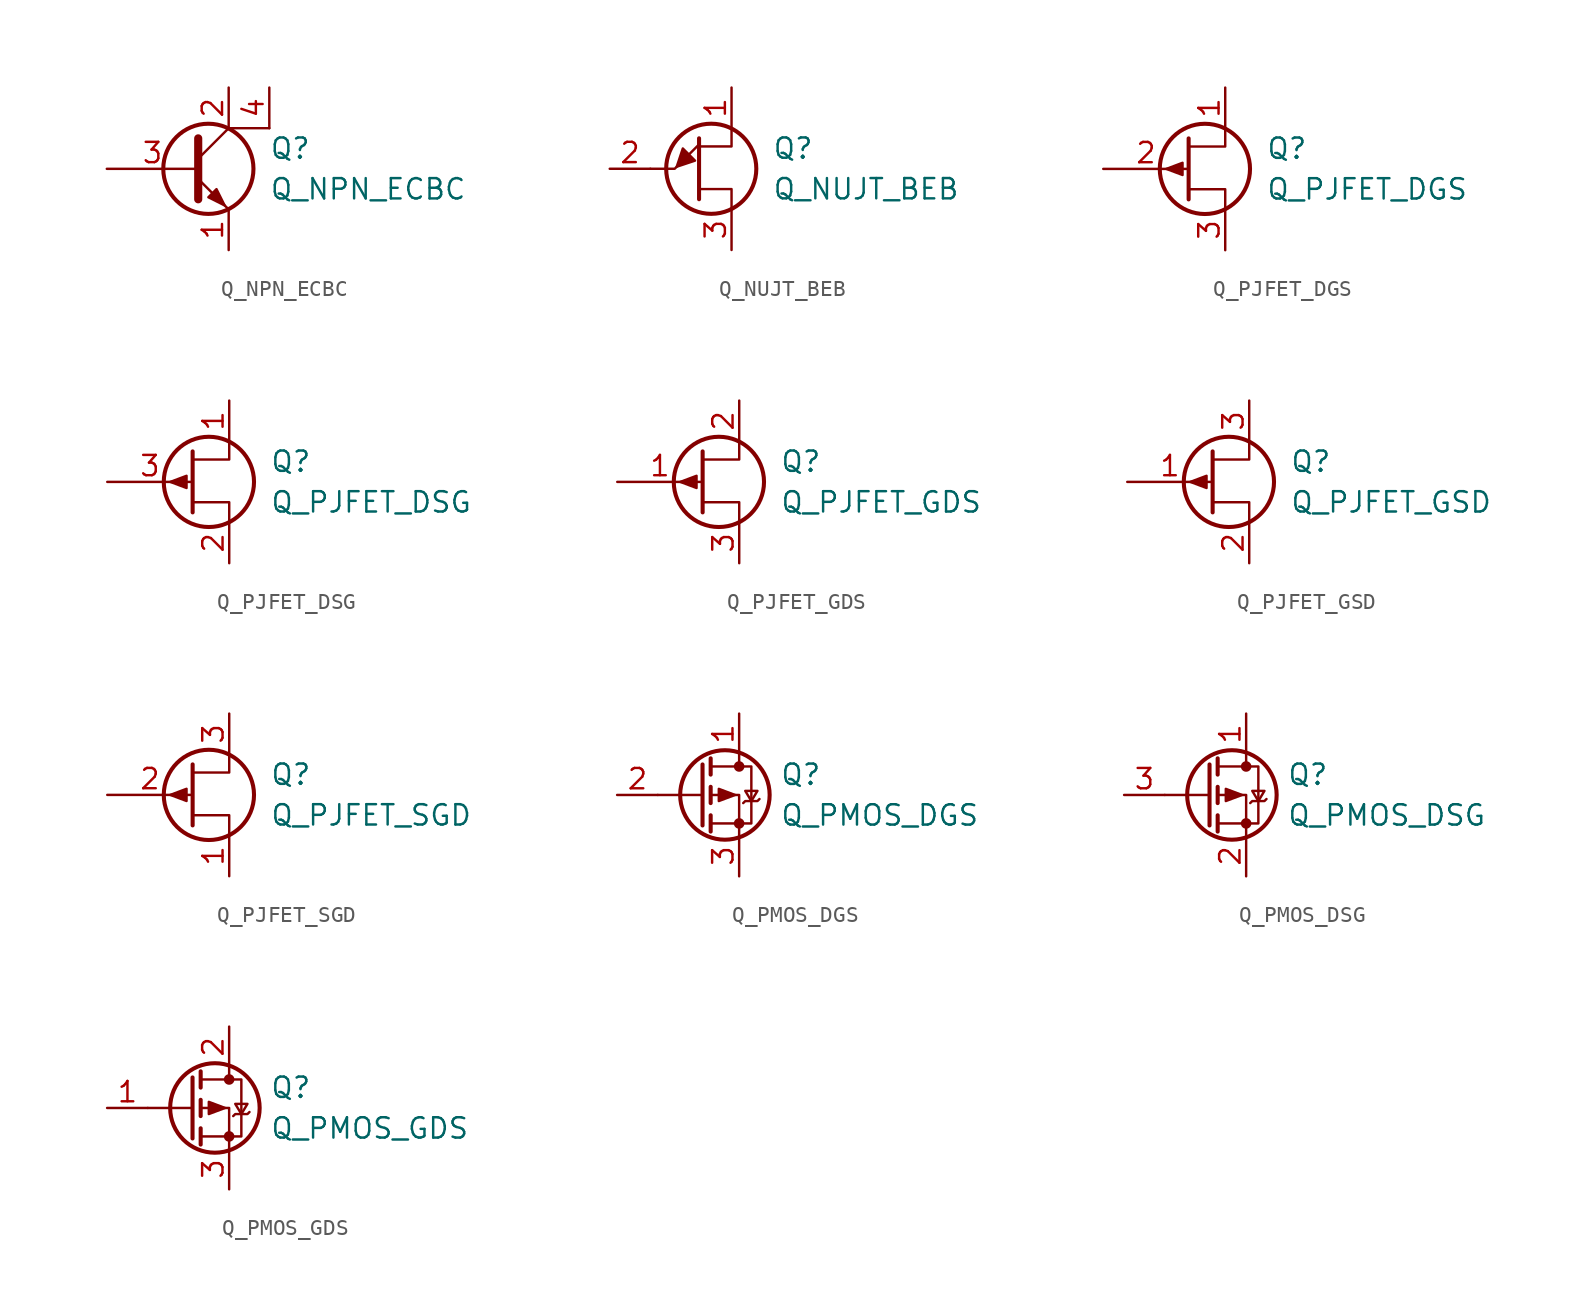
<source format=kicad_sym>
(kicad_symbol_lib
  (version 20241209)
  (generator "kicad_symbol_editor")
  (generator_version "9.0")
  (symbol "Q_NPN_ECBC"
    (pin_names
      (offset 0)
      (hide yes))
    (property "Reference" "Q"
      (at 5.08 1.27 0)
      (effects (font (size 1.27 1.27)) (justify left)))
    (property "Value" "Q_NPN_ECBC"
      (at 5.08 -1.27 0)
      (effects (font (size 1.27 1.27)) (justify left)))
    (symbol "Q_NPN_ECBC_0_1"
      (polyline (pts (xy 0.635 1.905) (xy 0.635 -1.905) (xy 0.635 -1.905)) (stroke (width 0.508) (type solid)) (fill (type none)))
      (polyline (pts (xy 0.635 0.635) (xy 2.54 2.54)) (stroke (width 0) (type solid)) (fill (type none)))
      (polyline (pts (xy 0.635 -0.635) (xy 2.54 -2.54) (xy 2.54 -2.54)) (stroke (width 0) (type solid)) (fill (type none)))
      (circle (center 1.27 0) (radius 2.819) (stroke (width 0.254) (type solid)) (fill (type none)))
      (polyline (pts (xy 1.27 -1.778) (xy 1.778 -1.27) (xy 2.286 -2.286) (xy 1.27 -1.778) (xy 1.27 -1.778)) (stroke (width 0) (type solid)) (fill (type outline)))
      (polyline (pts (xy 2.54 2.54) (xy 5.08 2.54)) (stroke (width 0) (type solid)) (fill (type none))))
    (symbol "Q_NPN_ECBC_1_1"
      (pin passive line (at -5.08 0 0) (length 5.715) (name "B" (effects (font (size 1.27 1.27)))) (number "3" (effects (font (size 1.27 1.27)))))
      (pin passive line (at 2.54 5.08 270) (length 2.54) (name "C" (effects (font (size 1.27 1.27)))) (number "2" (effects (font (size 1.27 1.27)))))
      (pin passive line (at 2.54 -5.08 90) (length 2.54) (name "E" (effects (font (size 1.27 1.27)))) (number "1" (effects (font (size 1.27 1.27)))))
      (pin passive line (at 5.08 5.08 270) (length 2.54) (name "C" (effects (font (size 1.27 1.27)))) (number "4" (effects (font (size 1.27 1.27)))))))
  (symbol "Q_NUJT_BEB"
    (pin_names
      (offset 0)
      (hide yes))
    (property "Reference" "Q"
      (at 5.08 1.27 0)
      (effects (font (size 1.27 1.27)) (justify left)))
    (property "Value" "Q_NUJT_BEB"
      (at 5.08 -1.27 0)
      (effects (font (size 1.27 1.27)) (justify left)))
    (symbol "Q_NUJT_BEB_0_1"
      (polyline (pts (xy -2.54 0) (xy -1.016 0) (xy 0.508 1.524)) (stroke (width 0) (type solid)) (fill (type none)))
      (polyline (pts (xy -0.889 0.127) (xy -0.508 1.27) (xy 0.254 0.508) (xy -0.889 0.127)) (stroke (width 0) (type solid)) (fill (type outline)))
      (polyline (pts (xy 0.508 1.905) (xy 0.508 -1.905) (xy 0.508 -1.905)) (stroke (width 0.254) (type solid)) (fill (type none)))
      (circle (center 1.27 0) (radius 2.819) (stroke (width 0.254) (type solid)) (fill (type none)))
      (polyline (pts (xy 2.54 2.54) (xy 2.54 1.397) (xy 0.508 1.397)) (stroke (width 0) (type solid)) (fill (type none)))
      (polyline (pts (xy 2.54 -2.54) (xy 2.54 -1.27) (xy 0.508 -1.27)) (stroke (width 0) (type solid)) (fill (type none))))
    (symbol "Q_NUJT_BEB_1_1"
      (pin input line (at -5.08 0 0) (length 2.54) (name "E" (effects (font (size 1.27 1.27)))) (number "2" (effects (font (size 1.27 1.27)))))
      (pin passive line (at 2.54 5.08 270) (length 2.54) (name "B2" (effects (font (size 1.27 1.27)))) (number "1" (effects (font (size 1.27 1.27)))))
      (pin passive line (at 2.54 -5.08 90) (length 2.54) (name "B1" (effects (font (size 1.27 1.27)))) (number "3" (effects (font (size 1.27 1.27)))))))
  (symbol "Q_PJFET_DGS"
    (pin_names
      (offset 0)
      (hide yes))
    (property "Reference" "Q"
      (at 5.08 1.27 0)
      (effects (font (size 1.27 1.27)) (justify left)))
    (property "Value" "Q_PJFET_DGS"
      (at 5.08 -1.27 0)
      (effects (font (size 1.27 1.27)) (justify left)))
    (symbol "Q_PJFET_DGS_0_1"
      (polyline (pts (xy -1.143 0) (xy -0.127 0.381) (xy -0.127 -0.381) (xy -1.143 0)) (stroke (width 0) (type solid)) (fill (type outline)))
      (polyline (pts (xy 0.254 1.905) (xy 0.254 -1.905) (xy 0.254 -1.905)) (stroke (width 0.254) (type solid)) (fill (type none)))
      (circle (center 1.27 0) (radius 2.819) (stroke (width 0.254) (type solid)) (fill (type none)))
      (polyline (pts (xy 2.54 2.54) (xy 2.54 1.397) (xy 0.254 1.397)) (stroke (width 0) (type solid)) (fill (type none)))
      (polyline (pts (xy 2.54 -2.54) (xy 2.54 -1.27) (xy 0.254 -1.27)) (stroke (width 0) (type solid)) (fill (type none))))
    (symbol "Q_PJFET_DGS_1_1"
      (pin input line (at -5.08 0 0) (length 5.334) (name "G" (effects (font (size 1.27 1.27)))) (number "2" (effects (font (size 1.27 1.27)))))
      (pin passive line (at 2.54 5.08 270) (length 2.54) (name "D" (effects (font (size 1.27 1.27)))) (number "1" (effects (font (size 1.27 1.27)))))
      (pin passive line (at 2.54 -5.08 90) (length 2.54) (name "S" (effects (font (size 1.27 1.27)))) (number "3" (effects (font (size 1.27 1.27)))))))
  (symbol "Q_PJFET_DSG"
    (pin_names
      (offset 0)
      (hide yes))
    (property "Reference" "Q"
      (at 5.08 1.27 0)
      (effects (font (size 1.27 1.27)) (justify left)))
    (property "Value" "Q_PJFET_DSG"
      (at 5.08 -1.27 0)
      (effects (font (size 1.27 1.27)) (justify left)))
    (symbol "Q_PJFET_DSG_0_1"
      (polyline (pts (xy -1.143 0) (xy -0.127 0.381) (xy -0.127 -0.381) (xy -1.143 0)) (stroke (width 0) (type solid)) (fill (type outline)))
      (polyline (pts (xy 0.254 1.905) (xy 0.254 -1.905) (xy 0.254 -1.905)) (stroke (width 0.254) (type solid)) (fill (type none)))
      (circle (center 1.27 0) (radius 2.819) (stroke (width 0.254) (type solid)) (fill (type none)))
      (polyline (pts (xy 2.54 2.54) (xy 2.54 1.397) (xy 0.254 1.397)) (stroke (width 0) (type solid)) (fill (type none)))
      (polyline (pts (xy 2.54 -2.54) (xy 2.54 -1.27) (xy 0.254 -1.27)) (stroke (width 0) (type solid)) (fill (type none))))
    (symbol "Q_PJFET_DSG_1_1"
      (pin input line (at -5.08 0 0) (length 5.334) (name "G" (effects (font (size 1.27 1.27)))) (number "3" (effects (font (size 1.27 1.27)))))
      (pin passive line (at 2.54 5.08 270) (length 2.54) (name "D" (effects (font (size 1.27 1.27)))) (number "1" (effects (font (size 1.27 1.27)))))
      (pin passive line (at 2.54 -5.08 90) (length 2.54) (name "S" (effects (font (size 1.27 1.27)))) (number "2" (effects (font (size 1.27 1.27)))))))
  (symbol "Q_PJFET_GDS"
    (pin_names
      (offset 0)
      (hide yes))
    (property "Reference" "Q"
      (at 5.08 1.27 0)
      (effects (font (size 1.27 1.27)) (justify left)))
    (property "Value" "Q_PJFET_GDS"
      (at 5.08 -1.27 0)
      (effects (font (size 1.27 1.27)) (justify left)))
    (symbol "Q_PJFET_GDS_0_1"
      (polyline (pts (xy -1.143 0) (xy -0.127 0.381) (xy -0.127 -0.381) (xy -1.143 0)) (stroke (width 0) (type solid)) (fill (type outline)))
      (polyline (pts (xy 0.254 1.905) (xy 0.254 -1.905) (xy 0.254 -1.905)) (stroke (width 0.254) (type solid)) (fill (type none)))
      (circle (center 1.27 0) (radius 2.819) (stroke (width 0.254) (type solid)) (fill (type none)))
      (polyline (pts (xy 2.54 2.54) (xy 2.54 1.397) (xy 0.254 1.397)) (stroke (width 0) (type solid)) (fill (type none)))
      (polyline (pts (xy 2.54 -2.54) (xy 2.54 -1.27) (xy 0.254 -1.27)) (stroke (width 0) (type solid)) (fill (type none))))
    (symbol "Q_PJFET_GDS_1_1"
      (pin input line (at -5.08 0 0) (length 5.334) (name "G" (effects (font (size 1.27 1.27)))) (number "1" (effects (font (size 1.27 1.27)))))
      (pin passive line (at 2.54 5.08 270) (length 2.54) (name "D" (effects (font (size 1.27 1.27)))) (number "2" (effects (font (size 1.27 1.27)))))
      (pin passive line (at 2.54 -5.08 90) (length 2.54) (name "S" (effects (font (size 1.27 1.27)))) (number "3" (effects (font (size 1.27 1.27)))))))
  (symbol "Q_PJFET_GSD"
    (pin_names
      (offset 0)
      (hide yes))
    (property "Reference" "Q"
      (at 5.08 1.27 0)
      (effects (font (size 1.27 1.27)) (justify left)))
    (property "Value" "Q_PJFET_GSD"
      (at 5.08 -1.27 0)
      (effects (font (size 1.27 1.27)) (justify left)))
    (symbol "Q_PJFET_GSD_0_1"
      (polyline (pts (xy -1.143 0) (xy -0.127 0.381) (xy -0.127 -0.381) (xy -1.143 0)) (stroke (width 0) (type solid)) (fill (type outline)))
      (polyline (pts (xy 0.254 1.905) (xy 0.254 -1.905) (xy 0.254 -1.905)) (stroke (width 0.254) (type solid)) (fill (type none)))
      (circle (center 1.27 0) (radius 2.819) (stroke (width 0.254) (type solid)) (fill (type none)))
      (polyline (pts (xy 2.54 2.54) (xy 2.54 1.397) (xy 0.254 1.397)) (stroke (width 0) (type solid)) (fill (type none)))
      (polyline (pts (xy 2.54 -2.54) (xy 2.54 -1.27) (xy 0.254 -1.27)) (stroke (width 0) (type solid)) (fill (type none))))
    (symbol "Q_PJFET_GSD_1_1"
      (pin input line (at -5.08 0 0) (length 5.334) (name "G" (effects (font (size 1.27 1.27)))) (number "1" (effects (font (size 1.27 1.27)))))
      (pin passive line (at 2.54 5.08 270) (length 2.54) (name "D" (effects (font (size 1.27 1.27)))) (number "3" (effects (font (size 1.27 1.27)))))
      (pin passive line (at 2.54 -5.08 90) (length 2.54) (name "S" (effects (font (size 1.27 1.27)))) (number "2" (effects (font (size 1.27 1.27)))))))
  (symbol "Q_PJFET_SGD"
    (pin_names
      (offset 0)
      (hide yes))
    (property "Reference" "Q"
      (at 5.08 1.27 0)
      (effects (font (size 1.27 1.27)) (justify left)))
    (property "Value" "Q_PJFET_SGD"
      (at 5.08 -1.27 0)
      (effects (font (size 1.27 1.27)) (justify left)))
    (symbol "Q_PJFET_SGD_0_1"
      (polyline (pts (xy -1.143 0) (xy -0.127 0.381) (xy -0.127 -0.381) (xy -1.143 0)) (stroke (width 0) (type solid)) (fill (type outline)))
      (polyline (pts (xy 0.254 1.905) (xy 0.254 -1.905) (xy 0.254 -1.905)) (stroke (width 0.254) (type solid)) (fill (type none)))
      (circle (center 1.27 0) (radius 2.819) (stroke (width 0.254) (type solid)) (fill (type none)))
      (polyline (pts (xy 2.54 2.54) (xy 2.54 1.397) (xy 0.254 1.397)) (stroke (width 0) (type solid)) (fill (type none)))
      (polyline (pts (xy 2.54 -2.54) (xy 2.54 -1.27) (xy 0.254 -1.27)) (stroke (width 0) (type solid)) (fill (type none))))
    (symbol "Q_PJFET_SGD_1_1"
      (pin input line (at -5.08 0 0) (length 5.334) (name "G" (effects (font (size 1.27 1.27)))) (number "2" (effects (font (size 1.27 1.27)))))
      (pin passive line (at 2.54 5.08 270) (length 2.54) (name "D" (effects (font (size 1.27 1.27)))) (number "3" (effects (font (size 1.27 1.27)))))
      (pin passive line (at 2.54 -5.08 90) (length 2.54) (name "S" (effects (font (size 1.27 1.27)))) (number "1" (effects (font (size 1.27 1.27)))))))
  (symbol "Q_PMOS_DGS"
    (pin_names
      (offset 0)
      (hide yes))
    (property "Reference" "Q"
      (at 5.08 1.27 0)
      (effects (font (size 1.27 1.27)) (justify left)))
    (property "Value" "Q_PMOS_DGS"
      (at 5.08 -1.27 0)
      (effects (font (size 1.27 1.27)) (justify left)))
    (symbol "Q_PMOS_DGS_0_1"
      (polyline (pts (xy 0.254 1.905) (xy 0.254 -1.905)) (stroke (width 0.254) (type solid)) (fill (type none)))
      (polyline (pts (xy 0.254 0) (xy -2.54 0)) (stroke (width 0) (type solid)) (fill (type none)))
      (polyline (pts (xy 0.762 2.286) (xy 0.762 1.27)) (stroke (width 0.254) (type solid)) (fill (type none)))
      (polyline (pts (xy 0.762 1.778) (xy 3.302 1.778) (xy 3.302 -1.778) (xy 0.762 -1.778)) (stroke (width 0) (type solid)) (fill (type none)))
      (polyline (pts (xy 0.762 0.508) (xy 0.762 -0.508)) (stroke (width 0.254) (type solid)) (fill (type none)))
      (polyline (pts (xy 0.762 -1.27) (xy 0.762 -2.286)) (stroke (width 0.254) (type solid)) (fill (type none)))
      (circle (center 1.651 0) (radius 2.794) (stroke (width 0.254) (type solid)) (fill (type none)))
      (polyline (pts (xy 2.286 0) (xy 1.27 0.381) (xy 1.27 -0.381) (xy 2.286 0)) (stroke (width 0) (type solid)) (fill (type outline)))
      (polyline (pts (xy 2.54 2.54) (xy 2.54 1.778)) (stroke (width 0) (type solid)) (fill (type none)))
      (circle (center 2.54 1.778) (radius 0.254) (stroke (width 0) (type solid)) (fill (type outline)))
      (circle (center 2.54 -1.778) (radius 0.254) (stroke (width 0) (type solid)) (fill (type outline)))
      (polyline (pts (xy 2.54 -2.54) (xy 2.54 0) (xy 0.762 0)) (stroke (width 0) (type solid)) (fill (type none)))
      (polyline (pts (xy 2.794 -0.508) (xy 2.921 -0.381) (xy 3.683 -0.381) (xy 3.81 -0.254)) (stroke (width 0) (type solid)) (fill (type none)))
      (polyline (pts (xy 3.302 -0.381) (xy 2.921 0.254) (xy 3.683 0.254) (xy 3.302 -0.381)) (stroke (width 0) (type solid)) (fill (type none))))
    (symbol "Q_PMOS_DGS_1_1"
      (pin input line (at -5.08 0 0) (length 2.54) (name "G" (effects (font (size 1.27 1.27)))) (number "2" (effects (font (size 1.27 1.27)))))
      (pin passive line (at 2.54 5.08 270) (length 2.54) (name "D" (effects (font (size 1.27 1.27)))) (number "1" (effects (font (size 1.27 1.27)))))
      (pin passive line (at 2.54 -5.08 90) (length 2.54) (name "S" (effects (font (size 1.27 1.27)))) (number "3" (effects (font (size 1.27 1.27)))))))
  (symbol "Q_PMOS_DSG"
    (pin_names
      (offset 0)
      (hide yes))
    (property "Reference" "Q"
      (at 5.08 1.27 0)
      (effects (font (size 1.27 1.27)) (justify left)))
    (property "Value" "Q_PMOS_DSG"
      (at 5.08 -1.27 0)
      (effects (font (size 1.27 1.27)) (justify left)))
    (symbol "Q_PMOS_DSG_0_1"
      (polyline (pts (xy 0.254 1.905) (xy 0.254 -1.905)) (stroke (width 0.254) (type solid)) (fill (type none)))
      (polyline (pts (xy 0.254 0) (xy -2.54 0)) (stroke (width 0) (type solid)) (fill (type none)))
      (polyline (pts (xy 0.762 2.286) (xy 0.762 1.27)) (stroke (width 0.254) (type solid)) (fill (type none)))
      (polyline (pts (xy 0.762 1.778) (xy 3.302 1.778) (xy 3.302 -1.778) (xy 0.762 -1.778)) (stroke (width 0) (type solid)) (fill (type none)))
      (polyline (pts (xy 0.762 0.508) (xy 0.762 -0.508)) (stroke (width 0.254) (type solid)) (fill (type none)))
      (polyline (pts (xy 0.762 -1.27) (xy 0.762 -2.286)) (stroke (width 0.254) (type solid)) (fill (type none)))
      (circle (center 1.651 0) (radius 2.794) (stroke (width 0.254) (type solid)) (fill (type none)))
      (polyline (pts (xy 2.286 0) (xy 1.27 0.381) (xy 1.27 -0.381) (xy 2.286 0)) (stroke (width 0) (type solid)) (fill (type outline)))
      (polyline (pts (xy 2.54 2.54) (xy 2.54 1.778)) (stroke (width 0) (type solid)) (fill (type none)))
      (circle (center 2.54 1.778) (radius 0.254) (stroke (width 0) (type solid)) (fill (type outline)))
      (circle (center 2.54 -1.778) (radius 0.254) (stroke (width 0) (type solid)) (fill (type outline)))
      (polyline (pts (xy 2.54 -2.54) (xy 2.54 0) (xy 0.762 0)) (stroke (width 0) (type solid)) (fill (type none)))
      (polyline (pts (xy 2.794 -0.508) (xy 2.921 -0.381) (xy 3.683 -0.381) (xy 3.81 -0.254)) (stroke (width 0) (type solid)) (fill (type none)))
      (polyline (pts (xy 3.302 -0.381) (xy 2.921 0.254) (xy 3.683 0.254) (xy 3.302 -0.381)) (stroke (width 0) (type solid)) (fill (type none))))
    (symbol "Q_PMOS_DSG_1_1"
      (pin input line (at -5.08 0 0) (length 2.54) (name "G" (effects (font (size 1.27 1.27)))) (number "3" (effects (font (size 1.27 1.27)))))
      (pin passive line (at 2.54 5.08 270) (length 2.54) (name "D" (effects (font (size 1.27 1.27)))) (number "1" (effects (font (size 1.27 1.27)))))
      (pin passive line (at 2.54 -5.08 90) (length 2.54) (name "S" (effects (font (size 1.27 1.27)))) (number "2" (effects (font (size 1.27 1.27)))))))
  (symbol "Q_PMOS_GDS"
    (pin_names
      (offset 0)
      (hide yes))
    (property "Reference" "Q"
      (at 5.08 1.27 0)
      (effects (font (size 1.27 1.27)) (justify left)))
    (property "Value" "Q_PMOS_GDS"
      (at 5.08 -1.27 0)
      (effects (font (size 1.27 1.27)) (justify left)))
    (symbol "Q_PMOS_GDS_0_1"
      (polyline (pts (xy 0.254 1.905) (xy 0.254 -1.905)) (stroke (width 0.254) (type solid)) (fill (type none)))
      (polyline (pts (xy 0.254 0) (xy -2.54 0)) (stroke (width 0) (type solid)) (fill (type none)))
      (polyline (pts (xy 0.762 2.286) (xy 0.762 1.27)) (stroke (width 0.254) (type solid)) (fill (type none)))
      (polyline (pts (xy 0.762 1.778) (xy 3.302 1.778) (xy 3.302 -1.778) (xy 0.762 -1.778)) (stroke (width 0) (type solid)) (fill (type none)))
      (polyline (pts (xy 0.762 0.508) (xy 0.762 -0.508)) (stroke (width 0.254) (type solid)) (fill (type none)))
      (polyline (pts (xy 0.762 -1.27) (xy 0.762 -2.286)) (stroke (width 0.254) (type solid)) (fill (type none)))
      (circle (center 1.651 0) (radius 2.794) (stroke (width 0.254) (type solid)) (fill (type none)))
      (polyline (pts (xy 2.286 0) (xy 1.27 0.381) (xy 1.27 -0.381) (xy 2.286 0)) (stroke (width 0) (type solid)) (fill (type outline)))
      (polyline (pts (xy 2.54 2.54) (xy 2.54 1.778)) (stroke (width 0) (type solid)) (fill (type none)))
      (circle (center 2.54 1.778) (radius 0.254) (stroke (width 0) (type solid)) (fill (type outline)))
      (circle (center 2.54 -1.778) (radius 0.254) (stroke (width 0) (type solid)) (fill (type outline)))
      (polyline (pts (xy 2.54 -2.54) (xy 2.54 0) (xy 0.762 0)) (stroke (width 0) (type solid)) (fill (type none)))
      (polyline (pts (xy 2.794 -0.508) (xy 2.921 -0.381) (xy 3.683 -0.381) (xy 3.81 -0.254)) (stroke (width 0) (type solid)) (fill (type none)))
      (polyline (pts (xy 3.302 -0.381) (xy 2.921 0.254) (xy 3.683 0.254) (xy 3.302 -0.381)) (stroke (width 0) (type solid)) (fill (type none))))
    (symbol "Q_PMOS_GDS_1_1"
      (pin input line (at -5.08 0 0) (length 2.54) (name "G" (effects (font (size 1.27 1.27)))) (number "1" (effects (font (size 1.27 1.27)))))
      (pin passive line (at 2.54 5.08 270) (length 2.54) (name "D" (effects (font (size 1.27 1.27)))) (number "2" (effects (font (size 1.27 1.27)))))
      (pin passive line (at 2.54 -5.08 90) (length 2.54) (name "S" (effects (font (size 1.27 1.27)))) (number "3" (effects (font (size 1.27 1.27))))))))
</source>
